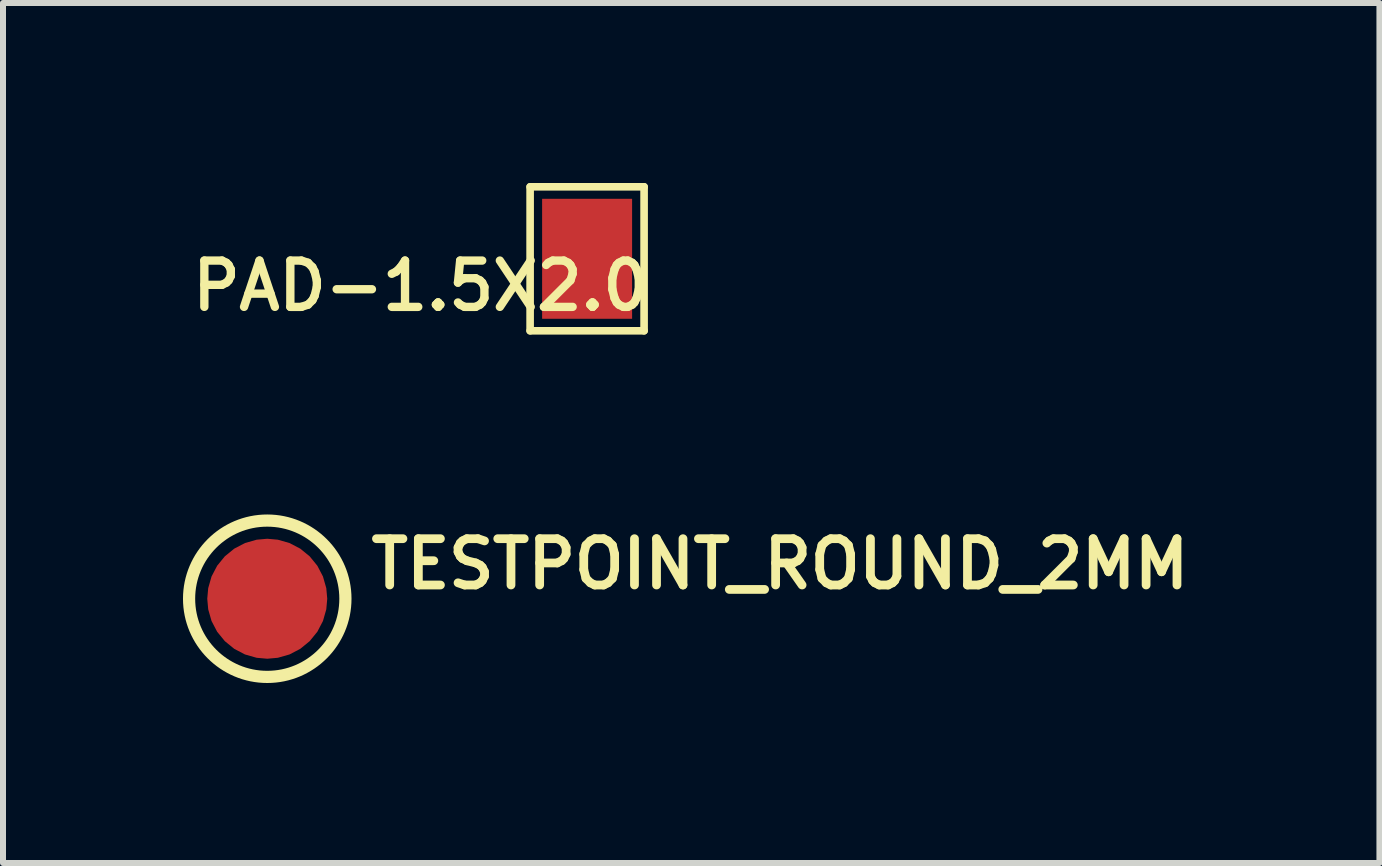
<source format=kicad_pcb>
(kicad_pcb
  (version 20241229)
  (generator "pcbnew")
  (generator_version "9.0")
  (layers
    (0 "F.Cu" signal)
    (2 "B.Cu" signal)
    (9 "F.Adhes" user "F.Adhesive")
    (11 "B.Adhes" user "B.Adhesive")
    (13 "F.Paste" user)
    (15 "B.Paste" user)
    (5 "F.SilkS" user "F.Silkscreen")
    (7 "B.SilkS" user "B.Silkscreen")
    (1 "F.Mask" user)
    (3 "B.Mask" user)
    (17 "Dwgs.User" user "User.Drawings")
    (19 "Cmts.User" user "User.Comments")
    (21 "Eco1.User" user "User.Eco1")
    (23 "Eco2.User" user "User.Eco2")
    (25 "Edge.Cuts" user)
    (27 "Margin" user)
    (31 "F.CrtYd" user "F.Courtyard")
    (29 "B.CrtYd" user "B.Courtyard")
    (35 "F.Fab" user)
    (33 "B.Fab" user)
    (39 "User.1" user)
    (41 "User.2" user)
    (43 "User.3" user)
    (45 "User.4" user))
  (footprint "PAD-1.5X2.0"
    (layer "F.Cu")
    (at 6.737 1.264)
    (property "Reference" "PAD-1.5X2.0" (at 1.1 0 180) (layer "F.SilkS") (effects (font (size 0.772 0.772) (thickness 0.139)) (justify right top)))
    (attr through_hole)
    (fp_line (start -0.95 -1.2) (end 0.95 -1.2) (stroke (width 0.127) (type solid)) (layer "F.SilkS"))
    (fp_line (start -0.95 1.2) (end -0.95 -1.2) (stroke (width 0.127) (type solid)) (layer "F.SilkS"))
    (fp_line (start 0.95 -1.2) (end 0.95 1.2) (stroke (width 0.127) (type solid)) (layer "F.SilkS"))
    (fp_line (start 0.95 1.2) (end -0.95 1.2) (stroke (width 0.127) (type solid)) (layer "F.SilkS"))
    (pad "P$1" smd rect (at 0 0) (size 1.5 2) (layers "F.Cu" "F.Mask")))
  (footprint "TESTPOINT_ROUND_2MM"
    (layer "F.Cu")
    (at 1.405 6.931)
    (property "Reference" "TESTPOINT_ROUND_2MM" (at 1.651 -0.127 0) (layer "F.SilkS") (effects (font (size 0.772 0.772) (thickness 0.146)) (justify left bottom)))
    (attr through_hole)
    (fp_circle (center 0 0) (end 1.303 0) (stroke (width 0.203) (type solid)) (fill no) (layer "F.SilkS"))
    (pad "P$1" smd roundrect (at 0 0) (size 2 2) (layers "F.Cu" "F.Mask") (roundrect_rratio 0.5)))
  (gr_rect
    (start -3 -3)
    (end 19.945 11.336)
    (stroke (width 0.1) (type default))
    (fill no)
    (layer "Edge.Cuts")))
</source>
